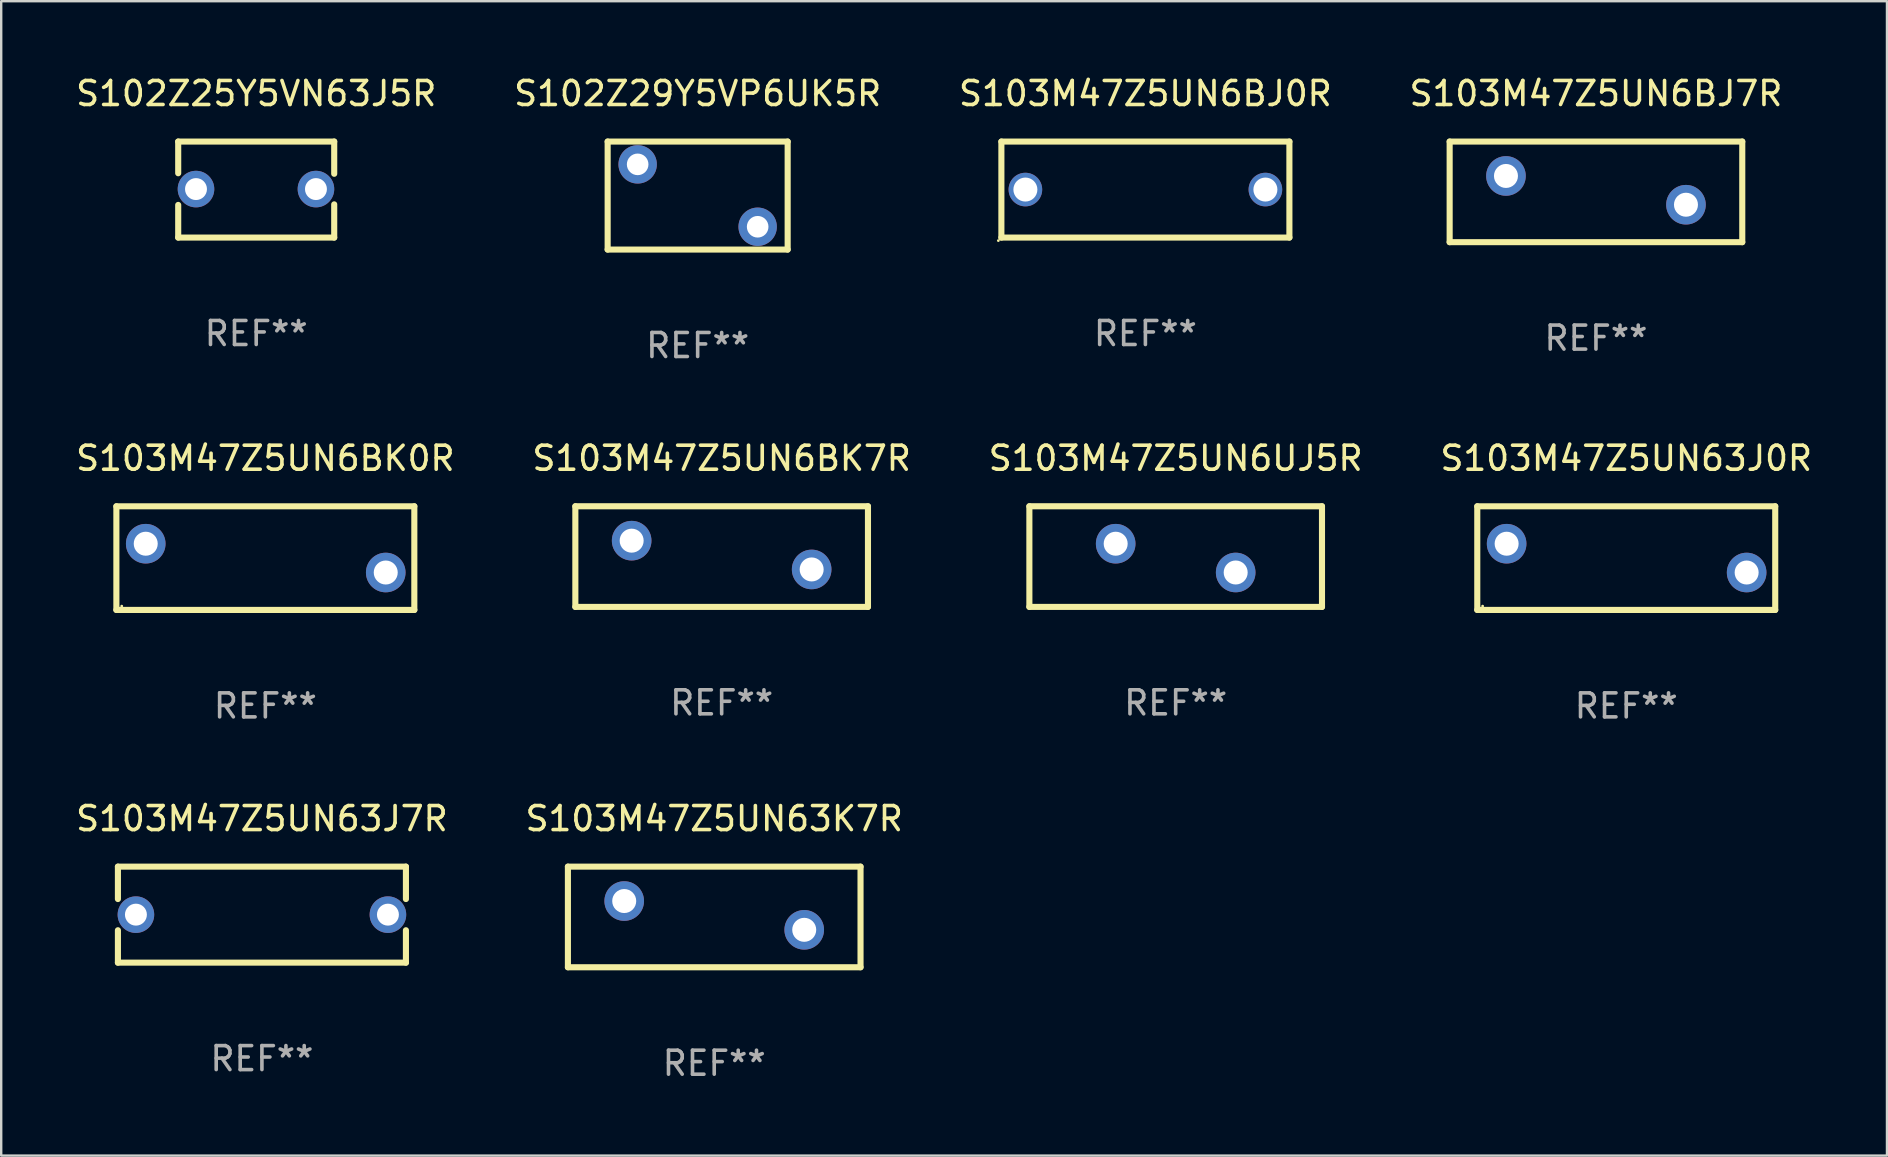
<source format=kicad_pcb>
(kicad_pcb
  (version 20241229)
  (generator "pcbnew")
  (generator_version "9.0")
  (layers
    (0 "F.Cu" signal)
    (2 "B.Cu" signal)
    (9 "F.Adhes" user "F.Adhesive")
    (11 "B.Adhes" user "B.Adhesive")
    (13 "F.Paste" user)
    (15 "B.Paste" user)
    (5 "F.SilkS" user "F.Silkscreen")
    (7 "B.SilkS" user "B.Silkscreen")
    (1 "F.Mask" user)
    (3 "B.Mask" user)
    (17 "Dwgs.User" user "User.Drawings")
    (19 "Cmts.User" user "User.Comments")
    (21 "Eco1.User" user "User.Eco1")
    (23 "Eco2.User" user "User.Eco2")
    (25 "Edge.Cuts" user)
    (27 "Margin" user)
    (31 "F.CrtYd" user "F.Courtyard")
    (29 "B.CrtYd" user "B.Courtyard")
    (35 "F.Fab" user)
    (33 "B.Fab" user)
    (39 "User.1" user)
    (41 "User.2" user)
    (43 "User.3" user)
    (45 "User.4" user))
  (footprint "S103M47Z5UN63K7R"
    (layer "F.Cu")
    (at 26.708 35.155)
    (property "Reference" "S103M47Z5UN63K7R" (at 0 -4.096 0) (layer "F.SilkS") (effects (font (size 1 1) (thickness 0.15))))
    (attr through_hole)
    (fp_line (start -6.096 -2.096) (end 6.096 -2.096) (stroke (width 0.254) (type solid)) (layer "F.SilkS"))
    (fp_line (start -6.096 2.096) (end -6.096 -2.096) (stroke (width 0.254) (type solid)) (layer "F.SilkS"))
    (fp_line (start 6.096 -2.096) (end 6.096 2.096) (stroke (width 0.254) (type solid)) (layer "F.SilkS"))
    (fp_line (start 6.096 2.096) (end -6.096 2.096) (stroke (width 0.254) (type solid)) (layer "F.SilkS"))
    (fp_circle (center -6 -2.063) (end -5.97 -2.063) (stroke (width 0.06) (type solid)) (fill no) (layer "F.SilkS"))
    (fp_text user "REF**" (at 0 6.096 0) (layer "F.Fab") (effects (font (size 1 1) (thickness 0.15))))
    (pad "1" thru_hole circle (at -3.75 -0.663) (size 1.65 1.65) (drill 1) (layers "*.Cu" "*.Mask"))
    (pad "2" thru_hole circle (at 3.75 0.536) (size 1.65 1.65) (drill 1) (layers "*.Cu" "*.Mask")))
  (footprint "S103M47Z5UN63J7R"
    (layer "F.Cu")
    (at 7.863 35.059)
    (property "Reference" "S103M47Z5UN63J7R" (at 0 -4 0) (layer "F.SilkS") (effects (font (size 1 1) (thickness 0.15))))
    (attr through_hole)
    (fp_line (start -6 -2) (end 6 -2) (stroke (width 0.254) (type solid)) (layer "F.SilkS"))
    (fp_line (start -6 -0.65) (end -6 -2) (stroke (width 0.254) (type solid)) (layer "F.SilkS"))
    (fp_line (start -6 2) (end -6 0.65) (stroke (width 0.254) (type solid)) (layer "F.SilkS"))
    (fp_line (start 6 -2) (end 6 -0.65) (stroke (width 0.254) (type solid)) (layer "F.SilkS"))
    (fp_line (start 6 0.65) (end 6 2) (stroke (width 0.254) (type solid)) (layer "F.SilkS"))
    (fp_line (start 6 2) (end -6 2) (stroke (width 0.254) (type solid)) (layer "F.SilkS"))
    (fp_circle (center -6 2) (end -5.97 2) (stroke (width 0.06) (type solid)) (fill no) (layer "F.SilkS"))
    (fp_text user "REF**" (at 0 6 0) (layer "F.Fab") (effects (font (size 1 1) (thickness 0.15))))
    (pad "1" thru_hole circle (at -5.25 0) (size 1.524 1.524) (drill 0.914) (layers "*.Cu" "*.Mask"))
    (pad "2" thru_hole circle (at 5.25 0) (size 1.524 1.524) (drill 0.914) (layers "*.Cu" "*.Mask")))
  (footprint "S102Z25Y5VN63J5R"
    (layer "F.Cu")
    (at 7.625 4.848)
    (property "Reference" "S102Z25Y5VN63J5R" (at 0 -4 0) (layer "F.SilkS") (effects (font (size 1 1) (thickness 0.15))))
    (attr through_hole)
    (fp_line (start -3.25 -2) (end -3.25 -0.68) (stroke (width 0.254) (type solid)) (layer "F.SilkS"))
    (fp_line (start -3.25 -2) (end 3.25 -2) (stroke (width 0.254) (type solid)) (layer "F.SilkS"))
    (fp_line (start -3.25 0.64) (end -3.25 2) (stroke (width 0.254) (type solid)) (layer "F.SilkS"))
    (fp_line (start 3.25 -2) (end 3.25 -0.657) (stroke (width 0.254) (type solid)) (layer "F.SilkS"))
    (fp_line (start 3.25 0.617) (end 3.25 2) (stroke (width 0.254) (type solid)) (layer "F.SilkS"))
    (fp_line (start 3.25 2) (end -3.25 2) (stroke (width 0.254) (type solid)) (layer "F.SilkS"))
    (fp_circle (center -3.26 1.98) (end -3.23 1.98) (stroke (width 0.06) (type solid)) (fill no) (layer "F.SilkS"))
    (fp_text user "REF**" (at 0 6 0) (layer "F.Fab") (effects (font (size 1 1) (thickness 0.15))))
    (pad "1" thru_hole circle (at -2.509 -0.02) (size 1.524 1.524) (drill 0.914) (layers "*.Cu" "*.Mask"))
    (pad "2" thru_hole circle (at 2.489 -0.02) (size 1.524 1.524) (drill 0.914) (layers "*.Cu" "*.Mask")))
  (footprint "S103M47Z5UN63J0R"
    (layer "F.Cu")
    (at 64.708 20.204)
    (property "Reference" "S103M47Z5UN63J0R" (at 0 -4.159 0) (layer "F.SilkS") (effects (font (size 1 1) (thickness 0.15))))
    (attr through_hole)
    (fp_line (start -6.207 -2.159) (end -6.207 2.159) (stroke (width 0.254) (type solid)) (layer "F.SilkS"))
    (fp_line (start -6.207 2.159) (end 6.207 2.159) (stroke (width 0.254) (type solid)) (layer "F.SilkS"))
    (fp_line (start 6.207 -2.159) (end -6.207 -2.159) (stroke (width 0.254) (type solid)) (layer "F.SilkS"))
    (fp_line (start 6.207 2.159) (end 6.207 -2.159) (stroke (width 0.254) (type solid)) (layer "F.SilkS"))
    (fp_circle (center -5.984 2) (end -5.954 2) (stroke (width 0.06) (type solid)) (fill no) (layer "F.SilkS"))
    (fp_text user "REF**" (at 0 6.159 0) (layer "F.Fab") (effects (font (size 1 1) (thickness 0.15))))
    (pad "1" thru_hole circle (at -4.984 -0.6) (size 1.65 1.65) (drill 1) (layers "*.Cu" "*.Mask"))
    (pad "2" thru_hole circle (at 5.016 0.6) (size 1.65 1.65) (drill 1) (layers "*.Cu" "*.Mask")))
  (footprint "S103M47Z5UN6BK7R"
    (layer "F.Cu")
    (at 27.018 20.14)
    (property "Reference" "S103M47Z5UN6BK7R" (at 0 -4.096 0) (layer "F.SilkS") (effects (font (size 1 1) (thickness 0.15))))
    (attr through_hole)
    (fp_line (start -6.096 -2.096) (end 6.096 -2.096) (stroke (width 0.254) (type solid)) (layer "F.SilkS"))
    (fp_line (start -6.096 2.096) (end -6.096 -2.096) (stroke (width 0.254) (type solid)) (layer "F.SilkS"))
    (fp_line (start 6.096 -2.096) (end 6.096 2.096) (stroke (width 0.254) (type solid)) (layer "F.SilkS"))
    (fp_line (start 6.096 2.096) (end -6.096 2.096) (stroke (width 0.254) (type solid)) (layer "F.SilkS"))
    (fp_circle (center -6 -2.063) (end -5.97 -2.063) (stroke (width 0.06) (type solid)) (fill no) (layer "F.SilkS"))
    (fp_text user "REF**" (at 0 6.096 0) (layer "F.Fab") (effects (font (size 1 1) (thickness 0.15))))
    (pad "1" thru_hole circle (at -3.75 -0.663) (size 1.65 1.65) (drill 1) (layers "*.Cu" "*.Mask"))
    (pad "2" thru_hole circle (at 3.75 0.536) (size 1.65 1.65) (drill 1) (layers "*.Cu" "*.Mask")))
  (footprint "S103M47Z5UN6UJ5R"
    (layer "F.Cu")
    (at 45.935 20.14)
    (property "Reference" "S103M47Z5UN6UJ5R" (at 0 -4.096 0) (layer "F.SilkS") (effects (font (size 1 1) (thickness 0.15))))
    (attr through_hole)
    (fp_line (start -6.096 -2.096) (end -6.096 2.096) (stroke (width 0.254) (type solid)) (layer "F.SilkS"))
    (fp_line (start -6.096 2.096) (end 6.096 2.096) (stroke (width 0.254) (type solid)) (layer "F.SilkS"))
    (fp_line (start 6.096 -2.096) (end -6.096 -2.096) (stroke (width 0.254) (type solid)) (layer "F.SilkS"))
    (fp_line (start 6.096 2.096) (end 6.096 -2.096) (stroke (width 0.254) (type solid)) (layer "F.SilkS"))
    (fp_circle (center -6 2.063) (end -5.97 2.063) (stroke (width 0.06) (type solid)) (fill no) (layer "F.SilkS"))
    (fp_text user "REF**" (at 0 6.096 0) (layer "F.Fab") (effects (font (size 1 1) (thickness 0.15))))
    (pad "1" thru_hole circle (at -2.5 -0.536) (size 1.65 1.65) (drill 1) (layers "*.Cu" "*.Mask"))
    (pad "2" thru_hole circle (at 2.5 0.663) (size 1.65 1.65) (drill 1) (layers "*.Cu" "*.Mask")))
  (footprint "S103M47Z5UN6BJ0R"
    (layer "F.Cu")
    (at 44.673 4.848)
    (property "Reference" "S103M47Z5UN6BJ0R" (at 0 -4 0) (layer "F.SilkS") (effects (font (size 1 1) (thickness 0.15))))
    (attr through_hole)
    (fp_line (start -6 -2) (end -6 2) (stroke (width 0.254) (type solid)) (layer "F.SilkS"))
    (fp_line (start -6 -2) (end 6 -2) (stroke (width 0.254) (type solid)) (layer "F.SilkS"))
    (fp_line (start 6 -2) (end 6 2) (stroke (width 0.254) (type solid)) (layer "F.SilkS"))
    (fp_line (start 6 2) (end -6 2) (stroke (width 0.254) (type solid)) (layer "F.SilkS"))
    (fp_circle (center -6.127 2.127) (end -6.097 2.127) (stroke (width 0.06) (type solid)) (fill no) (layer "F.SilkS"))
    (fp_text user "REF**" (at 0 6 0) (layer "F.Fab") (effects (font (size 1 1) (thickness 0.15))))
    (pad "1" thru_hole circle (at -5 0) (size 1.4 1.4) (drill 1) (layers "*.Cu" "*.Mask"))
    (pad "2" thru_hole circle (at 5 0) (size 1.4 1.4) (drill 1) (layers "*.Cu" "*.Mask")))
  (footprint "S103M47Z5UN6BK0R"
    (layer "F.Cu")
    (at 8.006 20.204)
    (property "Reference" "S103M47Z5UN6BK0R" (at 0 -4.159 0) (layer "F.SilkS") (effects (font (size 1 1) (thickness 0.15))))
    (attr through_hole)
    (fp_line (start -6.207 -2.159) (end -6.207 2.159) (stroke (width 0.254) (type solid)) (layer "F.SilkS"))
    (fp_line (start -6.207 2.159) (end 6.207 2.159) (stroke (width 0.254) (type solid)) (layer "F.SilkS"))
    (fp_line (start 6.207 -2.159) (end -6.207 -2.159) (stroke (width 0.254) (type solid)) (layer "F.SilkS"))
    (fp_line (start 6.207 2.159) (end 6.207 -2.159) (stroke (width 0.254) (type solid)) (layer "F.SilkS"))
    (fp_circle (center -5.984 2) (end -5.954 2) (stroke (width 0.06) (type solid)) (fill no) (layer "F.SilkS"))
    (fp_text user "REF**" (at 0 6.159 0) (layer "F.Fab") (effects (font (size 1 1) (thickness 0.15))))
    (pad "1" thru_hole circle (at -4.984 -0.6) (size 1.65 1.65) (drill 1) (layers "*.Cu" "*.Mask"))
    (pad "2" thru_hole circle (at 5.016 0.6) (size 1.65 1.65) (drill 1) (layers "*.Cu" "*.Mask")))
  (footprint "S102Z29Y5VP6UK5R"
    (layer "F.Cu")
    (at 26.018 5.098)
    (property "Reference" "S102Z29Y5VP6UK5R" (at 0 -4.25 0) (layer "F.SilkS") (effects (font (size 1 1) (thickness 0.15))))
    (attr through_hole)
    (fp_line (start -3.75 -2.25) (end -3.75 2.25) (stroke (width 0.254) (type solid)) (layer "F.SilkS"))
    (fp_line (start -3.75 -2.25) (end 3.75 -2.25) (stroke (width 0.254) (type solid)) (layer "F.SilkS"))
    (fp_line (start 3.75 -2.25) (end 3.75 2.25) (stroke (width 0.254) (type solid)) (layer "F.SilkS"))
    (fp_line (start 3.75 2.25) (end -3.75 2.25) (stroke (width 0.254) (type solid)) (layer "F.SilkS"))
    (fp_circle (center -3.75 2.25) (end -3.72 2.25) (stroke (width 0.06) (type solid)) (fill no) (layer "F.SilkS"))
    (fp_text user "REF**" (at 0 6.25 0) (layer "F.Fab") (effects (font (size 1 1) (thickness 0.15))))
    (pad "1" thru_hole circle (at -2.5 -1.3) (size 1.6 1.6) (drill 0.9) (layers "*.Cu" "*.Mask"))
    (pad "2" thru_hole circle (at 2.5 1.3) (size 1.6 1.6) (drill 0.9) (layers "*.Cu" "*.Mask")))
  (footprint "S103M47Z5UN6BJ7R"
    (layer "F.Cu")
    (at 63.446 4.944)
    (property "Reference" "S103M47Z5UN6BJ7R" (at 0 -4.096 0) (layer "F.SilkS") (effects (font (size 1 1) (thickness 0.15))))
    (attr through_hole)
    (fp_line (start -6.096 -2.096) (end 6.096 -2.096) (stroke (width 0.254) (type solid)) (layer "F.SilkS"))
    (fp_line (start -6.096 2.096) (end -6.096 -2.096) (stroke (width 0.254) (type solid)) (layer "F.SilkS"))
    (fp_line (start 6.096 -2.096) (end 6.096 2.096) (stroke (width 0.254) (type solid)) (layer "F.SilkS"))
    (fp_line (start 6.096 2.096) (end -6.096 2.096) (stroke (width 0.254) (type solid)) (layer "F.SilkS"))
    (fp_circle (center -6 -2.063) (end -5.97 -2.063) (stroke (width 0.06) (type solid)) (fill no) (layer "F.SilkS"))
    (fp_text user "REF**" (at 0 6.096 0) (layer "F.Fab") (effects (font (size 1 1) (thickness 0.15))))
    (pad "1" thru_hole circle (at -3.75 -0.663) (size 1.65 1.65) (drill 1) (layers "*.Cu" "*.Mask"))
    (pad "2" thru_hole circle (at 3.75 0.536) (size 1.65 1.65) (drill 1) (layers "*.Cu" "*.Mask")))
  (gr_rect
    (start -3 -3)
    (end 75.571 45.099)
    (stroke (width 0.1) (type default))
    (fill no)
    (layer "Edge.Cuts")))
</source>
